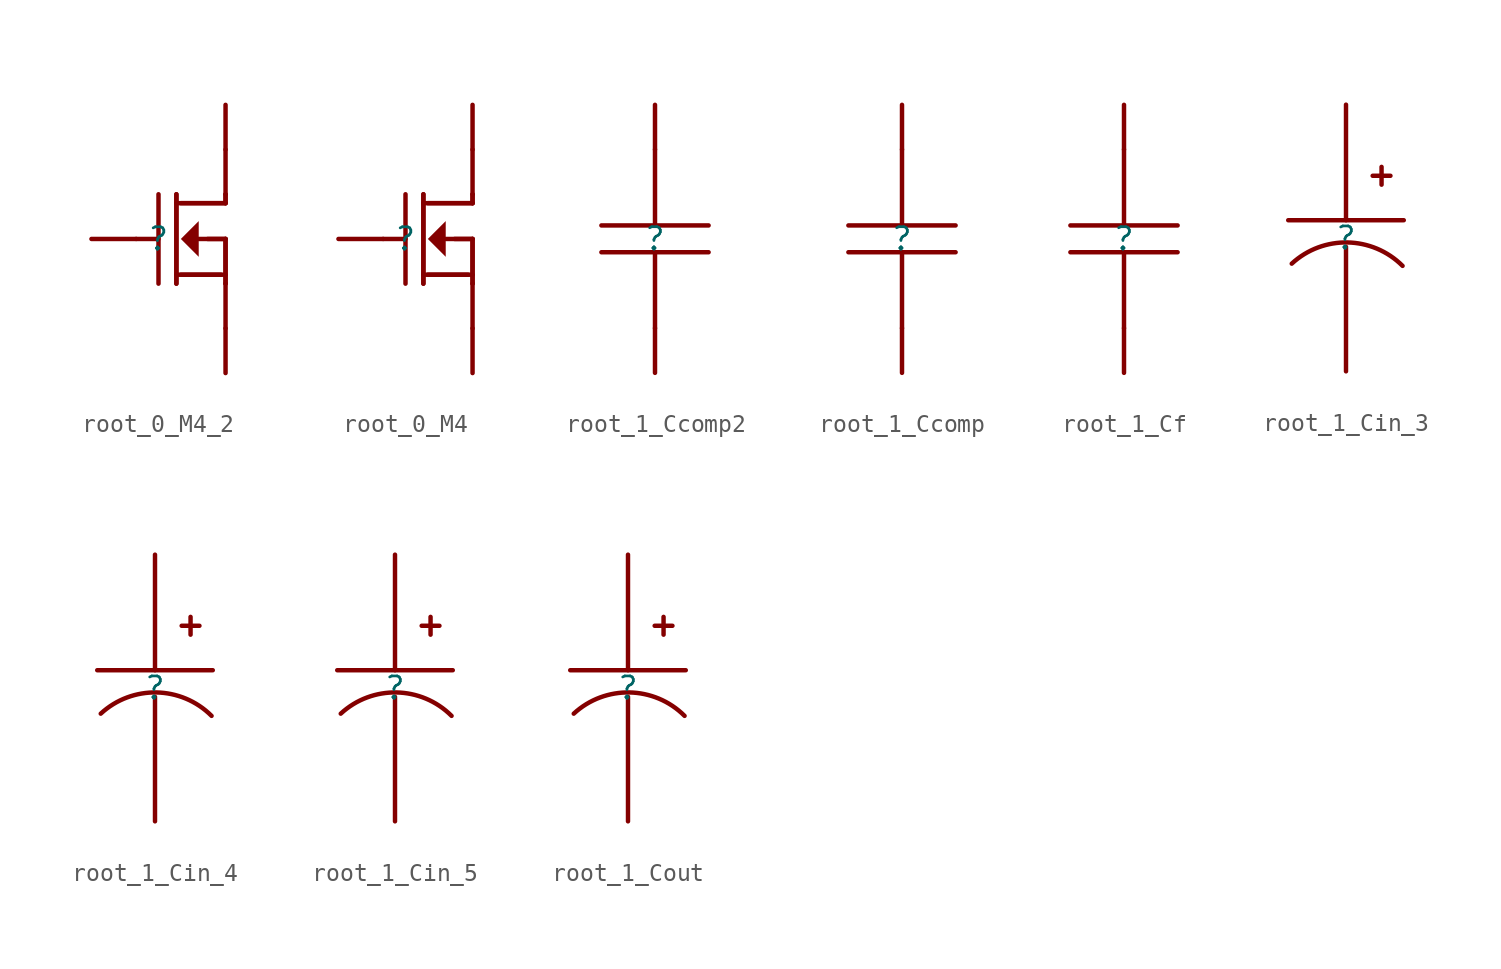
<source format=kicad_sym>
(kicad_symbol_lib
  (version 20231120)
  (generator "kicad_symbol_editor")
  (generator_version "8.0")
  (symbol "root_0_M4_2"
    (property "Reference" ""
      (at 0 0 0)
      (effects (font (size 1.27 1.27))))
    (property "Value" ""
      (at 0 0 0)
      (effects (font (size 1.27 1.27))))
    (symbol "root_0_M4_2_1_0"
      (polyline (pts (xy -3.81 0) (xy -1.27 0)) (stroke (width 0.254) (type solid)) (fill (type none)))
      (polyline (pts (xy -1.27 0) (xy 0 0)) (stroke (width 0.254) (type solid)) (fill (type none)))
      (polyline (pts (xy 0 -2.54) (xy 0 2.54)) (stroke (width 0.254) (type solid)) (fill (type none)))
      (polyline (pts (xy 1.016 -2.032) (xy 3.81 -2.032)) (stroke (width 0.254) (type solid)) (fill (type none)))
      (polyline (pts (xy 1.016 2.54) (xy 1.016 -2.54)) (stroke (width 0.254) (type solid)) (fill (type none)))
      (polyline (pts (xy 1.016 2.54) (xy 1.016 -2.54)) (stroke (width 0.254) (type solid)) (fill (type none)))
      (polyline (pts (xy 1.27 -2.032) (xy 3.556 -2.032)) (stroke (width 0.254) (type solid)) (fill (type none)))
      (polyline (pts (xy 2.286 0) (xy 3.81 0)) (stroke (width 0.254) (type solid)) (fill (type none)))
      (polyline (pts (xy 2.794 0) (xy 3.81 0)) (stroke (width 0.254) (type solid)) (fill (type none)))
      (polyline (pts (xy 3.81 -7.62) (xy 3.81 -5.08)) (stroke (width 0.254) (type solid)) (fill (type none)))
      (polyline (pts (xy 3.81 -2.54) (xy 3.81 -5.08)) (stroke (width 0.254) (type solid)) (fill (type none)))
      (polyline (pts (xy 3.81 0) (xy 3.81 -2.54)) (stroke (width 0.254) (type solid)) (fill (type none)))
      (polyline (pts (xy 3.81 0) (xy 3.81 -2.54)) (stroke (width 0.254) (type solid)) (fill (type none)))
      (polyline (pts (xy 3.81 2.032) (xy 1.016 2.032)) (stroke (width 0.254) (type solid)) (fill (type none)))
      (polyline (pts (xy 3.81 2.032) (xy 1.27 2.032)) (stroke (width 0.254) (type solid)) (fill (type none)))
      (polyline (pts (xy 3.81 2.54) (xy 3.81 2.032)) (stroke (width 0.254) (type solid)) (fill (type none)))
      (polyline (pts (xy 3.81 2.54) (xy 3.81 2.032)) (stroke (width 0.254) (type solid)) (fill (type none)))
      (polyline (pts (xy 3.81 5.08) (xy 3.81 2.54)) (stroke (width 0.254) (type solid)) (fill (type none)))
      (polyline (pts (xy 3.81 7.62) (xy 3.81 5.08)) (stroke (width 0.254) (type solid)) (fill (type none)))
      (polyline (pts (xy 1.27 0) (xy 2.286 1.016) (xy 2.286 -1.016) (xy 1.27 0)) (stroke (width -0.0001) (type solid)) (fill (type outline)))
      (pin passive line (at 3.81 -7.62 90) (length 2.54) (name "Source" (effects (font (size 0 0)))) (number "1" (effects (font (size 0 0)))))
      (pin passive line (at 3.81 -7.62 90) (length 2.54) (name "Source" (effects (font (size 0 0)))) (number "2" (effects (font (size 0 0)))))
      (pin passive line (at 3.81 -7.62 90) (length 2.54) (name "Source" (effects (font (size 0 0)))) (number "3" (effects (font (size 0 0)))))
      (pin passive line (at -3.81 0 0) (length 2.54) (name "Gate" (effects (font (size 0 0)))) (number "4" (effects (font (size 0 0)))))
      (pin passive line (at 3.81 7.62 270) (length 2.54) (name "Drain" (effects (font (size 0 0)))) (number "5" (effects (font (size 0 0)))))
      (pin passive line (at 3.81 7.62 270) (length 2.54) (name "Drain" (effects (font (size 0 0)))) (number "6" (effects (font (size 0 0)))))
      (pin passive line (at 3.81 7.62 270) (length 2.54) (name "Drain" (effects (font (size 0 0)))) (number "7" (effects (font (size 0 0)))))
      (pin passive line (at 3.81 7.62 270) (length 2.54) (name "Drain" (effects (font (size 0 0)))) (number "8" (effects (font (size 0 0)))))
      (pin passive line (at 3.81 7.62 270) (length 2.54) (name "Drain" (effects (font (size 0 0)))) (number "9" (effects (font (size 0 0)))))))
  (symbol "root_0_M4"
    (property "Reference" ""
      (at 0 0 0)
      (effects (font (size 1.27 1.27))))
    (property "Value" ""
      (at 0 0 0)
      (effects (font (size 1.27 1.27))))
    (symbol "root_0_M4_1_0"
      (polyline (pts (xy -3.81 0) (xy -1.27 0)) (stroke (width 0.254) (type solid)) (fill (type none)))
      (polyline (pts (xy -1.27 0) (xy 0 0)) (stroke (width 0.254) (type solid)) (fill (type none)))
      (polyline (pts (xy 0 -2.54) (xy 0 2.54)) (stroke (width 0.254) (type solid)) (fill (type none)))
      (polyline (pts (xy 1.016 -2.032) (xy 3.81 -2.032)) (stroke (width 0.254) (type solid)) (fill (type none)))
      (polyline (pts (xy 1.016 2.54) (xy 1.016 -2.54)) (stroke (width 0.254) (type solid)) (fill (type none)))
      (polyline (pts (xy 1.016 2.54) (xy 1.016 -2.54)) (stroke (width 0.254) (type solid)) (fill (type none)))
      (polyline (pts (xy 1.27 -2.032) (xy 3.556 -2.032)) (stroke (width 0.254) (type solid)) (fill (type none)))
      (polyline (pts (xy 2.286 0) (xy 3.81 0)) (stroke (width 0.254) (type solid)) (fill (type none)))
      (polyline (pts (xy 2.794 0) (xy 3.81 0)) (stroke (width 0.254) (type solid)) (fill (type none)))
      (polyline (pts (xy 3.81 -7.62) (xy 3.81 -5.08)) (stroke (width 0.254) (type solid)) (fill (type none)))
      (polyline (pts (xy 3.81 -2.54) (xy 3.81 -5.08)) (stroke (width 0.254) (type solid)) (fill (type none)))
      (polyline (pts (xy 3.81 0) (xy 3.81 -2.54)) (stroke (width 0.254) (type solid)) (fill (type none)))
      (polyline (pts (xy 3.81 0) (xy 3.81 -2.54)) (stroke (width 0.254) (type solid)) (fill (type none)))
      (polyline (pts (xy 3.81 2.032) (xy 1.016 2.032)) (stroke (width 0.254) (type solid)) (fill (type none)))
      (polyline (pts (xy 3.81 2.032) (xy 1.27 2.032)) (stroke (width 0.254) (type solid)) (fill (type none)))
      (polyline (pts (xy 3.81 2.54) (xy 3.81 2.032)) (stroke (width 0.254) (type solid)) (fill (type none)))
      (polyline (pts (xy 3.81 2.54) (xy 3.81 2.032)) (stroke (width 0.254) (type solid)) (fill (type none)))
      (polyline (pts (xy 3.81 5.08) (xy 3.81 2.54)) (stroke (width 0.254) (type solid)) (fill (type none)))
      (polyline (pts (xy 3.81 7.62) (xy 3.81 5.08)) (stroke (width 0.254) (type solid)) (fill (type none)))
      (polyline (pts (xy 1.27 0) (xy 2.286 1.016) (xy 2.286 -1.016) (xy 1.27 0)) (stroke (width -0.0001) (type solid)) (fill (type outline)))
      (pin passive line (at 3.81 -7.62 90) (length 2.54) (name "Source" (effects (font (size 0 0)))) (number "1" (effects (font (size 0 0)))))
      (pin passive line (at 3.81 -7.62 90) (length 2.54) (name "Source" (effects (font (size 0 0)))) (number "2" (effects (font (size 0 0)))))
      (pin passive line (at 3.81 -7.62 90) (length 2.54) (name "Source" (effects (font (size 0 0)))) (number "3" (effects (font (size 0 0)))))
      (pin passive line (at -3.81 0 0) (length 2.54) (name "Gate" (effects (font (size 0 0)))) (number "4" (effects (font (size 0 0)))))
      (pin passive line (at 3.81 7.62 270) (length 2.54) (name "Drain" (effects (font (size 0 0)))) (number "5" (effects (font (size 0 0)))))
      (pin passive line (at 3.81 7.62 270) (length 2.54) (name "Drain" (effects (font (size 0 0)))) (number "6" (effects (font (size 0 0)))))
      (pin passive line (at 3.81 7.62 270) (length 2.54) (name "Drain" (effects (font (size 0 0)))) (number "7" (effects (font (size 0 0)))))
      (pin passive line (at 3.81 7.62 270) (length 2.54) (name "Drain" (effects (font (size 0 0)))) (number "8" (effects (font (size 0 0)))))
      (pin passive line (at 3.81 7.62 270) (length 2.54) (name "Drain" (effects (font (size 0 0)))) (number "9" (effects (font (size 0 0)))))))
  (symbol "root_1_Ccomp2"
    (property "Reference" ""
      (at 0 0 0)
      (effects (font (size 1.27 1.27))))
    (property "Value" ""
      (at 0 0 0)
      (effects (font (size 1.27 1.27))))
    (symbol "root_1_Ccomp2_1_0"
      (polyline (pts (xy 0 -7.62) (xy 0 -5.08)) (stroke (width 0.254) (type solid)) (fill (type none)))
      (polyline (pts (xy 0 -5.08) (xy 0 -0.762)) (stroke (width 0.254) (type solid)) (fill (type none)))
      (polyline (pts (xy 0 0.762) (xy 0 5.08)) (stroke (width 0.254) (type solid)) (fill (type none)))
      (polyline (pts (xy 0 7.62) (xy 0 5.08)) (stroke (width 0.254) (type solid)) (fill (type none)))
      (polyline (pts (xy 3.048 -0.762) (xy -3.048 -0.762)) (stroke (width 0.254) (type solid)) (fill (type none)))
      (polyline (pts (xy 3.048 0.762) (xy -3.048 0.762)) (stroke (width 0.254) (type solid)) (fill (type none)))
      (pin passive line (at 0 7.62 270) (length 2.54) (name "1" (effects (font (size 0 0)))) (number "1" (effects (font (size 0 0)))))
      (pin passive line (at 0 -7.62 90) (length 2.54) (name "2" (effects (font (size 0 0)))) (number "2" (effects (font (size 0 0)))))))
  (symbol "root_1_Ccomp"
    (property "Reference" ""
      (at 0 0 0)
      (effects (font (size 1.27 1.27))))
    (property "Value" ""
      (at 0 0 0)
      (effects (font (size 1.27 1.27))))
    (symbol "root_1_Ccomp_1_0"
      (polyline (pts (xy 0 -7.62) (xy 0 -5.08)) (stroke (width 0.254) (type solid)) (fill (type none)))
      (polyline (pts (xy 0 -5.08) (xy 0 -0.762)) (stroke (width 0.254) (type solid)) (fill (type none)))
      (polyline (pts (xy 0 0.762) (xy 0 5.08)) (stroke (width 0.254) (type solid)) (fill (type none)))
      (polyline (pts (xy 0 7.62) (xy 0 5.08)) (stroke (width 0.254) (type solid)) (fill (type none)))
      (polyline (pts (xy 3.048 -0.762) (xy -3.048 -0.762)) (stroke (width 0.254) (type solid)) (fill (type none)))
      (polyline (pts (xy 3.048 0.762) (xy -3.048 0.762)) (stroke (width 0.254) (type solid)) (fill (type none)))
      (pin passive line (at 0 7.62 270) (length 2.54) (name "1" (effects (font (size 0 0)))) (number "1" (effects (font (size 0 0)))))
      (pin passive line (at 0 -7.62 90) (length 2.54) (name "2" (effects (font (size 0 0)))) (number "2" (effects (font (size 0 0)))))))
  (symbol "root_1_Cf"
    (property "Reference" ""
      (at 0 0 0)
      (effects (font (size 1.27 1.27))))
    (property "Value" ""
      (at 0 0 0)
      (effects (font (size 1.27 1.27))))
    (symbol "root_1_Cf_1_0"
      (polyline (pts (xy 0 -7.62) (xy 0 -5.08)) (stroke (width 0.254) (type solid)) (fill (type none)))
      (polyline (pts (xy 0 -5.08) (xy 0 -0.762)) (stroke (width 0.254) (type solid)) (fill (type none)))
      (polyline (pts (xy 0 0.762) (xy 0 5.08)) (stroke (width 0.254) (type solid)) (fill (type none)))
      (polyline (pts (xy 0 7.62) (xy 0 5.08)) (stroke (width 0.254) (type solid)) (fill (type none)))
      (polyline (pts (xy 3.048 -0.762) (xy -3.048 -0.762)) (stroke (width 0.254) (type solid)) (fill (type none)))
      (polyline (pts (xy 3.048 0.762) (xy -3.048 0.762)) (stroke (width 0.254) (type solid)) (fill (type none)))
      (pin passive line (at 0 7.62 270) (length 2.54) (name "1" (effects (font (size 0 0)))) (number "1" (effects (font (size 0 0)))))
      (pin passive line (at 0 -7.62 90) (length 2.54) (name "2" (effects (font (size 0 0)))) (number "2" (effects (font (size 0 0)))))))
  (symbol "root_1_Cin_3"
    (property "Reference" ""
      (at 0 0 0)
      (effects (font (size 1.27 1.27))))
    (property "Value" ""
      (at 0 0 0)
      (effects (font (size 1.27 1.27))))
    (symbol "root_1_Cin_3_1_0"
      (polyline (pts (xy 0 -7.62) (xy 0 -0.508)) (stroke (width 0.254) (type solid)) (fill (type none)))
      (polyline (pts (xy 0 1.016) (xy 0 7.62)) (stroke (width 0.254) (type solid)) (fill (type none)))
      (polyline (pts (xy 2.032 3.048) (xy 2.032 4.064)) (stroke (width 0.254) (type solid)) (fill (type none)))
      (polyline (pts (xy 2.54 3.556) (xy 1.524 3.556)) (stroke (width 0.254) (type solid)) (fill (type none)))
      (polyline (pts (xy 3.302 1.016) (xy -3.302 1.016)) (stroke (width 0.254) (type solid)) (fill (type none)))
      (arc (start 3.2329 -1.5931) (mid 0.0914 -0.2549) (end -3.1011 -1.4665) (stroke (width 0.254) (type solid)) (fill (type none)))
      (pin passive line (at 0 7.62 270) (length 2.54) (name "+" (effects (font (size 0 0)))) (number "1" (effects (font (size 0 0)))))
      (pin passive line (at 0 -7.62 90) (length 2.54) (name "-" (effects (font (size 0 0)))) (number "2" (effects (font (size 0 0)))))))
  (symbol "root_1_Cin_4"
    (property "Reference" ""
      (at 0 0 0)
      (effects (font (size 1.27 1.27))))
    (property "Value" ""
      (at 0 0 0)
      (effects (font (size 1.27 1.27))))
    (symbol "root_1_Cin_4_1_0"
      (polyline (pts (xy 0 -7.62) (xy 0 -0.508)) (stroke (width 0.254) (type solid)) (fill (type none)))
      (polyline (pts (xy 0 1.016) (xy 0 7.62)) (stroke (width 0.254) (type solid)) (fill (type none)))
      (polyline (pts (xy 2.032 3.048) (xy 2.032 4.064)) (stroke (width 0.254) (type solid)) (fill (type none)))
      (polyline (pts (xy 2.54 3.556) (xy 1.524 3.556)) (stroke (width 0.254) (type solid)) (fill (type none)))
      (polyline (pts (xy 3.302 1.016) (xy -3.302 1.016)) (stroke (width 0.254) (type solid)) (fill (type none)))
      (arc (start 3.2329 -1.5931) (mid 0.0914 -0.2549) (end -3.1011 -1.4665) (stroke (width 0.254) (type solid)) (fill (type none)))
      (pin passive line (at 0 7.62 270) (length 2.54) (name "+" (effects (font (size 0 0)))) (number "1" (effects (font (size 0 0)))))
      (pin passive line (at 0 -7.62 90) (length 2.54) (name "-" (effects (font (size 0 0)))) (number "2" (effects (font (size 0 0)))))))
  (symbol "root_1_Cin_5"
    (property "Reference" ""
      (at 0 0 0)
      (effects (font (size 1.27 1.27))))
    (property "Value" ""
      (at 0 0 0)
      (effects (font (size 1.27 1.27))))
    (symbol "root_1_Cin_5_1_0"
      (polyline (pts (xy 0 -7.62) (xy 0 -0.508)) (stroke (width 0.254) (type solid)) (fill (type none)))
      (polyline (pts (xy 0 1.016) (xy 0 7.62)) (stroke (width 0.254) (type solid)) (fill (type none)))
      (polyline (pts (xy 2.032 3.048) (xy 2.032 4.064)) (stroke (width 0.254) (type solid)) (fill (type none)))
      (polyline (pts (xy 2.54 3.556) (xy 1.524 3.556)) (stroke (width 0.254) (type solid)) (fill (type none)))
      (polyline (pts (xy 3.302 1.016) (xy -3.302 1.016)) (stroke (width 0.254) (type solid)) (fill (type none)))
      (arc (start 3.2329 -1.5931) (mid 0.0914 -0.2549) (end -3.1011 -1.4665) (stroke (width 0.254) (type solid)) (fill (type none)))
      (pin passive line (at 0 7.62 270) (length 2.54) (name "+" (effects (font (size 0 0)))) (number "1" (effects (font (size 0 0)))))
      (pin passive line (at 0 -7.62 90) (length 2.54) (name "-" (effects (font (size 0 0)))) (number "2" (effects (font (size 0 0)))))))
  (symbol "root_1_Cout"
    (property "Reference" ""
      (at 0 0 0)
      (effects (font (size 1.27 1.27))))
    (property "Value" ""
      (at 0 0 0)
      (effects (font (size 1.27 1.27))))
    (symbol "root_1_Cout_1_0"
      (polyline (pts (xy 0 -7.62) (xy 0 -0.508)) (stroke (width 0.254) (type solid)) (fill (type none)))
      (polyline (pts (xy 0 1.016) (xy 0 7.62)) (stroke (width 0.254) (type solid)) (fill (type none)))
      (polyline (pts (xy 2.032 3.048) (xy 2.032 4.064)) (stroke (width 0.254) (type solid)) (fill (type none)))
      (polyline (pts (xy 2.54 3.556) (xy 1.524 3.556)) (stroke (width 0.254) (type solid)) (fill (type none)))
      (polyline (pts (xy 3.302 1.016) (xy -3.302 1.016)) (stroke (width 0.254) (type solid)) (fill (type none)))
      (arc (start 3.2329 -1.5931) (mid 0.0914 -0.2549) (end -3.1011 -1.4665) (stroke (width 0.254) (type solid)) (fill (type none)))
      (pin passive line (at 0 7.62 270) (length 2.54) (name "+" (effects (font (size 0 0)))) (number "1" (effects (font (size 0 0)))))
      (pin passive line (at 0 -7.62 90) (length 2.54) (name "-" (effects (font (size 0 0)))) (number "2" (effects (font (size 0 0))))))))
</source>
